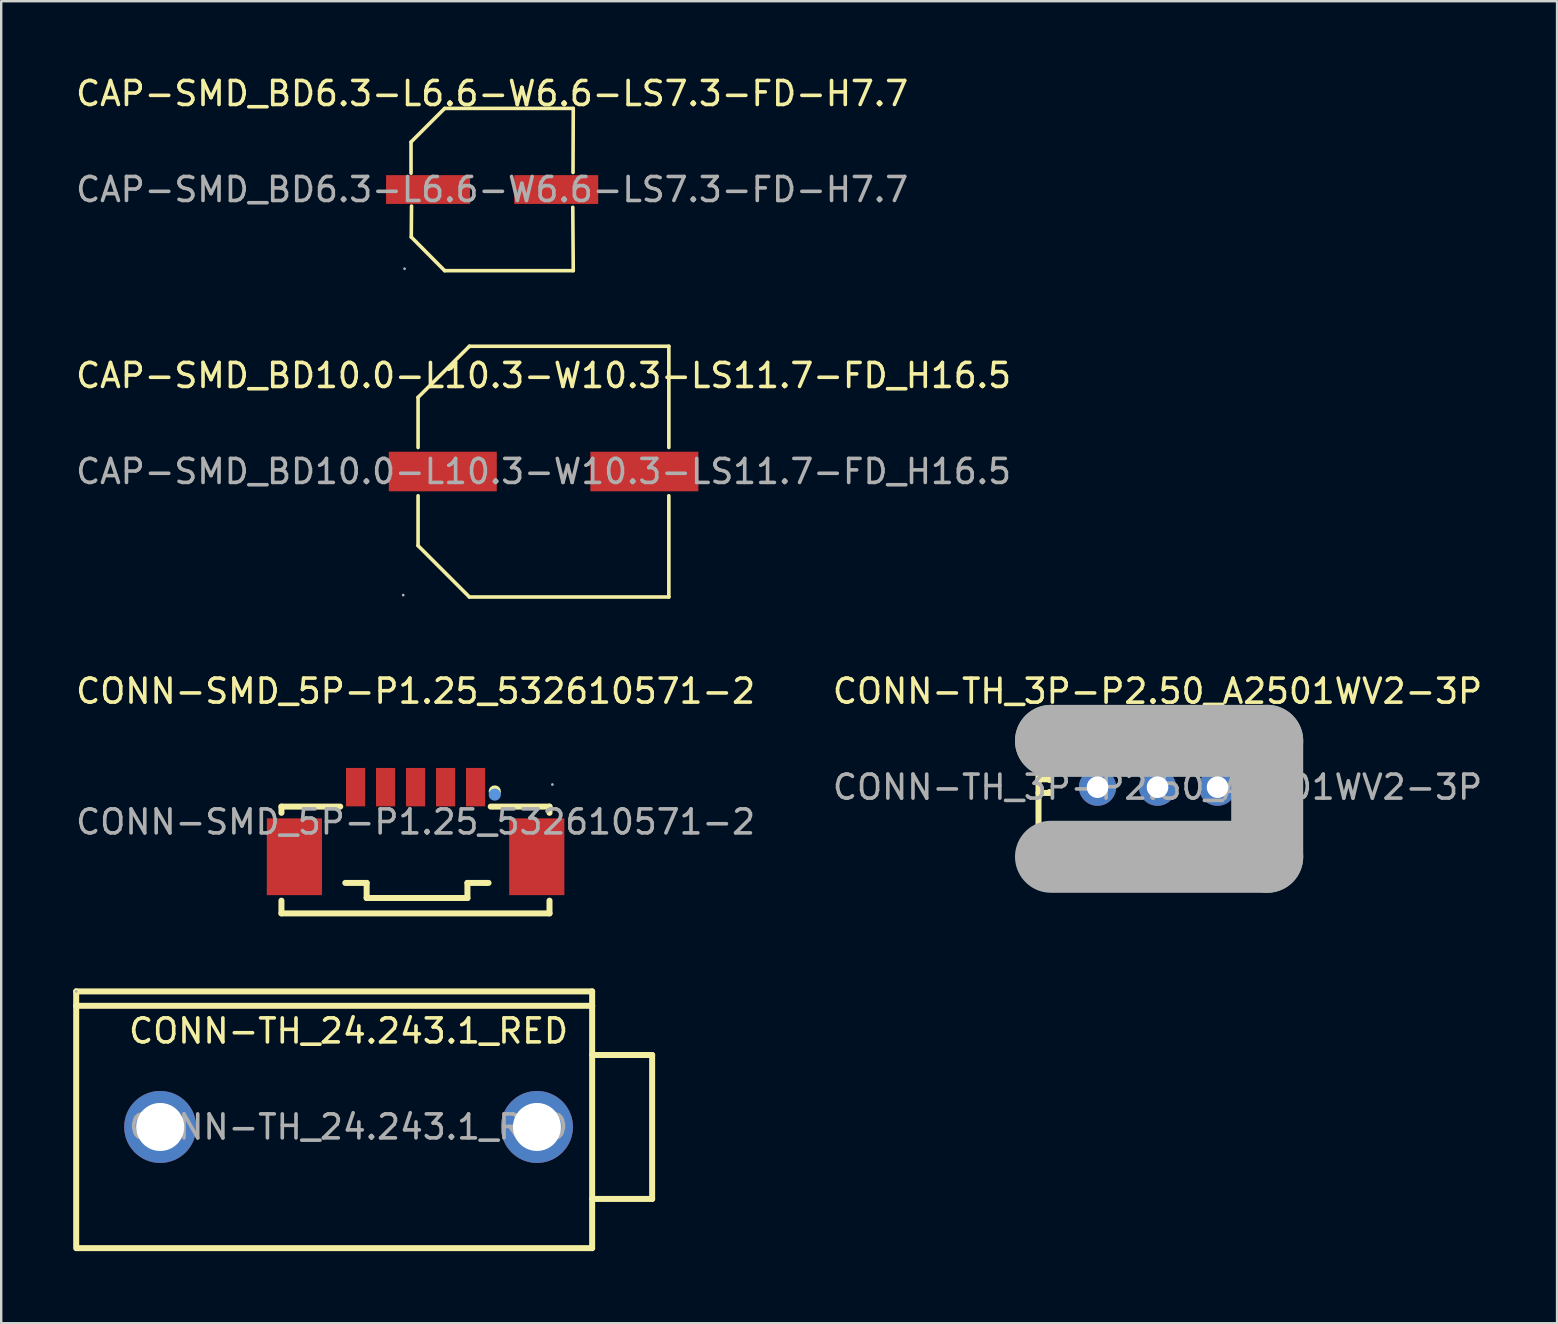
<source format=kicad_pcb>
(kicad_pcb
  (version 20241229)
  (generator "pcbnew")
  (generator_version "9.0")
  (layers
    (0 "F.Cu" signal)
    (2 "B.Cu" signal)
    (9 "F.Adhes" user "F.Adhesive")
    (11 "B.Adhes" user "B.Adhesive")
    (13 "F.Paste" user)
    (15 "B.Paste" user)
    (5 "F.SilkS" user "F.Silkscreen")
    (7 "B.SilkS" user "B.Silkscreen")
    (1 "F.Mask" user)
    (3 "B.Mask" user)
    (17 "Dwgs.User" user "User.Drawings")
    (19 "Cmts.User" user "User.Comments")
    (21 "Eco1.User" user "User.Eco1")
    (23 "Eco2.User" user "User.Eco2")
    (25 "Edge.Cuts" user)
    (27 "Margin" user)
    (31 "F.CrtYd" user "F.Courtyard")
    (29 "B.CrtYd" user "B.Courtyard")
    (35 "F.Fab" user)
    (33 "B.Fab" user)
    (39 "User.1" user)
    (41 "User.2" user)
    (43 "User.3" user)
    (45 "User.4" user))
  (footprint "CONN-TH_3P-P2.50_A2501WV2-3P"
    (layer "F.Cu")
    (at 45.185 29.752)
    (property "Reference" "CONN-TH_3P-P2.50_A2501WV2-3P" (at 0 -4 0) (layer "F.SilkS") (effects (font (size 1 1) (thickness 0.15))))
    (attr through_hole)
    (fp_line (start -4.96 -2.44) (end -4.96 3.4) (stroke (width 0.25) (type solid)) (layer "F.SilkS"))
    (fp_line (start -4.96 -0.33) (end -4.5 -0.33) (stroke (width 0.25) (type solid)) (layer "F.SilkS"))
    (fp_line (start -4.96 0.24) (end -4.5 0.24) (stroke (width 0.25) (type solid)) (layer "F.SilkS"))
    (fp_line (start -4.96 3.4) (end 4.97 3.4) (stroke (width 0.25) (type solid)) (layer "F.SilkS"))
    (fp_line (start -4.5 -0.33) (end -4.5 -0.3) (stroke (width 0.25) (type solid)) (layer "F.SilkS"))
    (fp_line (start -4.5 0.24) (end -4.5 0.2) (stroke (width 0.25) (type solid)) (layer "F.SilkS"))
    (fp_line (start -3.3 -1.93) (end -3.3 -2.44) (stroke (width 0.25) (type solid)) (layer "F.SilkS"))
    (fp_line (start -1.78 -1.93) (end -1.78 -2.44) (stroke (width 0.25) (type solid)) (layer "F.SilkS"))
    (fp_line (start 1.78 -1.93) (end 1.78 -2.44) (stroke (width 0.25) (type solid)) (layer "F.SilkS"))
    (fp_line (start 3.31 -2.21) (end 3.31 -2.44) (stroke (width 0.25) (type solid)) (layer "F.SilkS"))
    (fp_line (start 3.31 -1.93) (end 3.31 -2.21) (stroke (width 0.25) (type solid)) (layer "F.SilkS"))
    (fp_line (start 4.6 -0.4) (end 5.08 -0.4) (stroke (width 0.25) (type solid)) (layer "F.SilkS"))
    (fp_line (start 4.6 0.2) (end 5.08 0.2) (stroke (width 0.25) (type solid)) (layer "F.SilkS"))
    (fp_line (start 4.97 -2.44) (end -4.96 -2.44) (stroke (width 0.25) (type solid)) (layer "F.SilkS"))
    (fp_line (start 5.08 -0.4) (end 5.08 -0.39) (stroke (width 0.25) (type solid)) (layer "F.SilkS"))
    (fp_line (start 5.08 0.2) (end 5.08 0.15) (stroke (width 0.25) (type solid)) (layer "F.SilkS"))
    (fp_line (start 5.08 3.4) (end 5.08 -2.44) (stroke (width 0.25) (type solid)) (layer "F.SilkS"))
    (fp_line (start -4.44 -1.93) (end -4.44 -1.93) (stroke (width 3) (type solid)) (layer "F.Fab"))
    (fp_line (start -4.44 -1.93) (end 4.57 -1.93) (stroke (width 3) (type solid)) (layer "F.Fab"))
    (fp_line (start 4.57 -1.93) (end 4.57 2.9) (stroke (width 3) (type solid)) (layer "F.Fab"))
    (fp_line (start 4.57 2.9) (end -4.44 2.9) (stroke (width 3) (type solid)) (layer "F.Fab"))
    (fp_circle (center -5 3.28) (end -4.97 3.28) (stroke (width 0.06) (type solid)) (fill no) (layer "F.Fab"))
    (fp_text user "${REFERENCE}" (at 0 0 0) (layer "F.Fab") (effects (font (size 1 1) (thickness 0.15))))
    (pad "1" thru_hole circle (at -2.5 0 180) (size 1.55 1.55) (drill 0.9) (layers "*.Cu" "*.Mask"))
    (pad "2" thru_hole circle (at 0 0 180) (size 1.55 1.55) (drill 0.9) (layers "*.Cu" "*.Mask"))
    (pad "3" thru_hole circle (at 2.5 0 180) (size 1.55 1.55) (drill 0.9) (layers "*.Cu" "*.Mask")))
  (footprint "CONN-SMD_5P-P1.25_532610571-2"
    (layer "F.Cu")
    (at 14.268 31.201)
    (property "Reference" "CONN-SMD_5P-P1.25_532610571-2" (at 0 -5.45 0) (layer "F.SilkS") (effects (font (size 1 1) (thickness 0.15))))
    (attr smd)
    (fp_line (start -5.59 -0.64) (end -3.14 -0.64) (stroke (width 0.25) (type solid)) (layer "F.SilkS"))
    (fp_line (start -5.59 -0.38) (end -5.59 -0.64) (stroke (width 0.25) (type solid)) (layer "F.SilkS"))
    (fp_line (start -5.59 3.81) (end -5.59 3.28) (stroke (width 0.25) (type solid)) (layer "F.SilkS"))
    (fp_line (start -2.93 2.54) (end -2.04 2.54) (stroke (width 0.25) (type solid)) (layer "F.SilkS"))
    (fp_line (start -2.04 2.54) (end -2.04 3.17) (stroke (width 0.25) (type solid)) (layer "F.SilkS"))
    (fp_line (start -2.04 3.17) (end 2.16 3.17) (stroke (width 0.25) (type solid)) (layer "F.SilkS"))
    (fp_line (start 2.16 2.54) (end 2.92 2.54) (stroke (width 0.25) (type solid)) (layer "F.SilkS"))
    (fp_line (start 2.16 3.17) (end 2.16 2.54) (stroke (width 0.25) (type solid)) (layer "F.SilkS"))
    (fp_line (start 2.92 2.54) (end 3.04 2.54) (stroke (width 0.25) (type solid)) (layer "F.SilkS"))
    (fp_line (start 3.13 -0.64) (end 5.58 -0.64) (stroke (width 0.25) (type solid)) (layer "F.SilkS"))
    (fp_line (start 5.58 -0.64) (end 5.58 -0.38) (stroke (width 0.25) (type solid)) (layer "F.SilkS"))
    (fp_line (start 5.58 3.28) (end 5.58 3.81) (stroke (width 0.25) (type solid)) (layer "F.SilkS"))
    (fp_line (start 5.58 3.81) (end -5.59 3.81) (stroke (width 0.25) (type solid)) (layer "F.SilkS"))
    (fp_circle (center 3.3 -1.27) (end 3.43 -1.27) (stroke (width 0.25) (type solid)) (fill no) (layer "F.SilkS"))
    (fp_circle (center 3.3 -1.14) (end 3.43 -1.14) (stroke (width 0.25) (type solid)) (fill no) (layer "Cmts.User"))
    (fp_circle (center 5.7 -1.56) (end 5.73 -1.56) (stroke (width 0.06) (type solid)) (fill no) (layer "F.Fab"))
    (fp_text user "${REFERENCE}" (at 0 0 0) (layer "F.Fab") (effects (font (size 1 1) (thickness 0.15))))
    (pad "1" smd rect (at 2.5 -1.45 90) (size 1.6 0.8) (layers "F.Cu" "F.Mask" "F.Paste"))
    (pad "2" smd rect (at 1.25 -1.45 90) (size 1.6 0.8) (layers "F.Cu" "F.Mask" "F.Paste"))
    (pad "3" smd rect (at 0 -1.45 90) (size 1.6 0.8) (layers "F.Cu" "F.Mask" "F.Paste"))
    (pad "4" smd rect (at -1.25 -1.45 90) (size 1.6 0.8) (layers "F.Cu" "F.Mask" "F.Paste"))
    (pad "5" smd rect (at -2.5 -1.45 90) (size 1.6 0.8) (layers "F.Cu" "F.Mask" "F.Paste"))
    (pad "6" smd rect (at -5.05 1.45 90) (size 3.2 2.3) (layers "F.Cu" "F.Mask" "F.Paste"))
    (pad "7" smd rect (at 5.05 1.45 90) (size 3.2 2.3) (layers "F.Cu" "F.Mask" "F.Paste")))
  (footprint "CAP-SMD_BD6.3-L6.6-W6.6-LS7.3-FD-H7.7"
    (layer "F.Cu")
    (at 17.458 4.848)
    (property "Reference" "CAP-SMD_BD6.3-L6.6-W6.6-LS7.3-FD-H7.7" (at 0 -4 0) (layer "F.SilkS") (effects (font (size 1 1) (thickness 0.15))))
    (attr smd)
    (fp_line (start -3.38 -1.98) (end -3.38 -0.68) (stroke (width 0.15) (type solid)) (layer "F.SilkS"))
    (fp_line (start -3.37 1.98) (end -3.36 0.69) (stroke (width 0.15) (type solid)) (layer "F.SilkS"))
    (fp_line (start -1.98 -3.38) (end -3.38 -1.98) (stroke (width 0.15) (type solid)) (layer "F.SilkS"))
    (fp_line (start -1.98 3.38) (end -3.37 1.98) (stroke (width 0.15) (type solid)) (layer "F.SilkS"))
    (fp_line (start 3.36 0.74) (end 3.38 3.38) (stroke (width 0.15) (type solid)) (layer "F.SilkS"))
    (fp_line (start 3.37 -0.71) (end 3.38 -3.38) (stroke (width 0.15) (type solid)) (layer "F.SilkS"))
    (fp_line (start 3.38 -3.38) (end -1.98 -3.38) (stroke (width 0.15) (type solid)) (layer "F.SilkS"))
    (fp_line (start 3.38 3.38) (end -1.98 3.38) (stroke (width 0.15) (type solid)) (layer "F.SilkS"))
    (fp_circle (center -3.65 3.3) (end -3.62 3.3) (stroke (width 0.06) (type solid)) (fill no) (layer "F.Fab"))
    (fp_text user "${REFERENCE}" (at 0 0 0) (layer "F.Fab") (effects (font (size 1 1) (thickness 0.15))))
    (pad "1" smd rect (at -2.67 0) (size 3.5 1.2) (layers "F.Cu" "F.Mask" "F.Paste"))
    (pad "2" smd rect (at 2.67 0) (size 3.5 1.2) (layers "F.Cu" "F.Mask" "F.Paste")))
  (footprint "CAP-SMD_BD10.0-L10.3-W10.3-LS11.7-FD_H16.5"
    (layer "F.Cu")
    (at 19.601 16.598)
    (property "Reference" "CAP-SMD_BD10.0-L10.3-W10.3-LS11.7-FD_H16.5" (at 0 -4 0) (layer "F.SilkS") (effects (font (size 1 1) (thickness 0.15))))
    (attr smd)
    (fp_line (start -5.23 -3.09) (end -5.23 -1) (stroke (width 0.15) (type solid)) (layer "F.SilkS"))
    (fp_line (start -5.23 1.01) (end -5.23 3.09) (stroke (width 0.15) (type solid)) (layer "F.SilkS"))
    (fp_line (start -3.09 -5.22) (end -5.23 -3.09) (stroke (width 0.15) (type solid)) (layer "F.SilkS"))
    (fp_line (start -3.09 5.23) (end -5.23 3.09) (stroke (width 0.15) (type solid)) (layer "F.SilkS"))
    (fp_line (start 5.22 -5.22) (end -3.09 -5.22) (stroke (width 0.15) (type solid)) (layer "F.SilkS"))
    (fp_line (start 5.22 -5.22) (end 5.22 -1) (stroke (width 0.15) (type solid)) (layer "F.SilkS"))
    (fp_line (start 5.22 1.01) (end 5.22 5.23) (stroke (width 0.15) (type solid)) (layer "F.SilkS"))
    (fp_line (start 5.22 5.23) (end -3.09 5.23) (stroke (width 0.15) (type solid)) (layer "F.SilkS"))
    (fp_circle (center -5.85 5.15) (end -5.82 5.15) (stroke (width 0.06) (type solid)) (fill no) (layer "F.Fab"))
    (fp_text user "${REFERENCE}" (at 0 0 0) (layer "F.Fab") (effects (font (size 1 1) (thickness 0.15))))
    (pad "1" smd rect (at -4.2 0) (size 4.5 1.65) (layers "F.Cu" "F.Mask" "F.Paste"))
    (pad "2" smd rect (at 4.2 0) (size 4.5 1.65) (layers "F.Cu" "F.Mask" "F.Paste")))
  (footprint "CONN-TH_24.243.1_RED"
    (layer "F.Cu")
    (at 11.475 43.911)
    (property "Reference" "CONN-TH_24.243.1_RED" (at 0 -4 0) (layer "F.SilkS") (effects (font (size 1 1) (thickness 0.15))))
    (attr through_hole)
    (fp_line (start -11.35 -5.65) (end 10.15 -5.65) (stroke (width 0.25) (type solid)) (layer "F.SilkS"))
    (fp_line (start -11.35 -5.05) (end -11.35 -5.65) (stroke (width 0.25) (type solid)) (layer "F.SilkS"))
    (fp_line (start -11.35 -5.05) (end 10.15 -5.05) (stroke (width 0.25) (type solid)) (layer "F.SilkS"))
    (fp_line (start -11.35 5.05) (end -11.35 -5.05) (stroke (width 0.25) (type solid)) (layer "F.SilkS"))
    (fp_line (start 10.15 -5.65) (end 10.15 -5.05) (stroke (width 0.25) (type solid)) (layer "F.SilkS"))
    (fp_line (start 10.15 -5.05) (end 10.15 5.05) (stroke (width 0.25) (type solid)) (layer "F.SilkS"))
    (fp_line (start 10.15 -3) (end 12.65 -3) (stroke (width 0.25) (type solid)) (layer "F.SilkS"))
    (fp_line (start 10.15 5.05) (end -11.32 5.05) (stroke (width 0.25) (type solid)) (layer "F.SilkS"))
    (fp_line (start 12.65 -3) (end 12.65 3) (stroke (width 0.25) (type solid)) (layer "F.SilkS"))
    (fp_line (start 12.65 3) (end 10.15 3) (stroke (width 0.25) (type solid)) (layer "F.SilkS"))
    (fp_circle (center -11.35 -5.65) (end -11.32 -5.65) (stroke (width 0.06) (type solid)) (fill no) (layer "F.Fab"))
    (fp_text user "${REFERENCE}" (at 0 0 0) (layer "F.Fab") (effects (font (size 1 1) (thickness 0.15))))
    (pad "1" thru_hole circle (at -7.85 0) (size 3 3) (drill 2) (layers "*.Cu" "*.Mask"))
    (pad "2" thru_hole circle (at 7.85 0) (size 3 3) (drill 2) (layers "*.Cu" "*.Mask")))
  (gr_rect
    (start -3 -3)
    (end 61.833 52.087)
    (stroke (width 0.1) (type default))
    (fill no)
    (layer "Edge.Cuts")))
</source>
